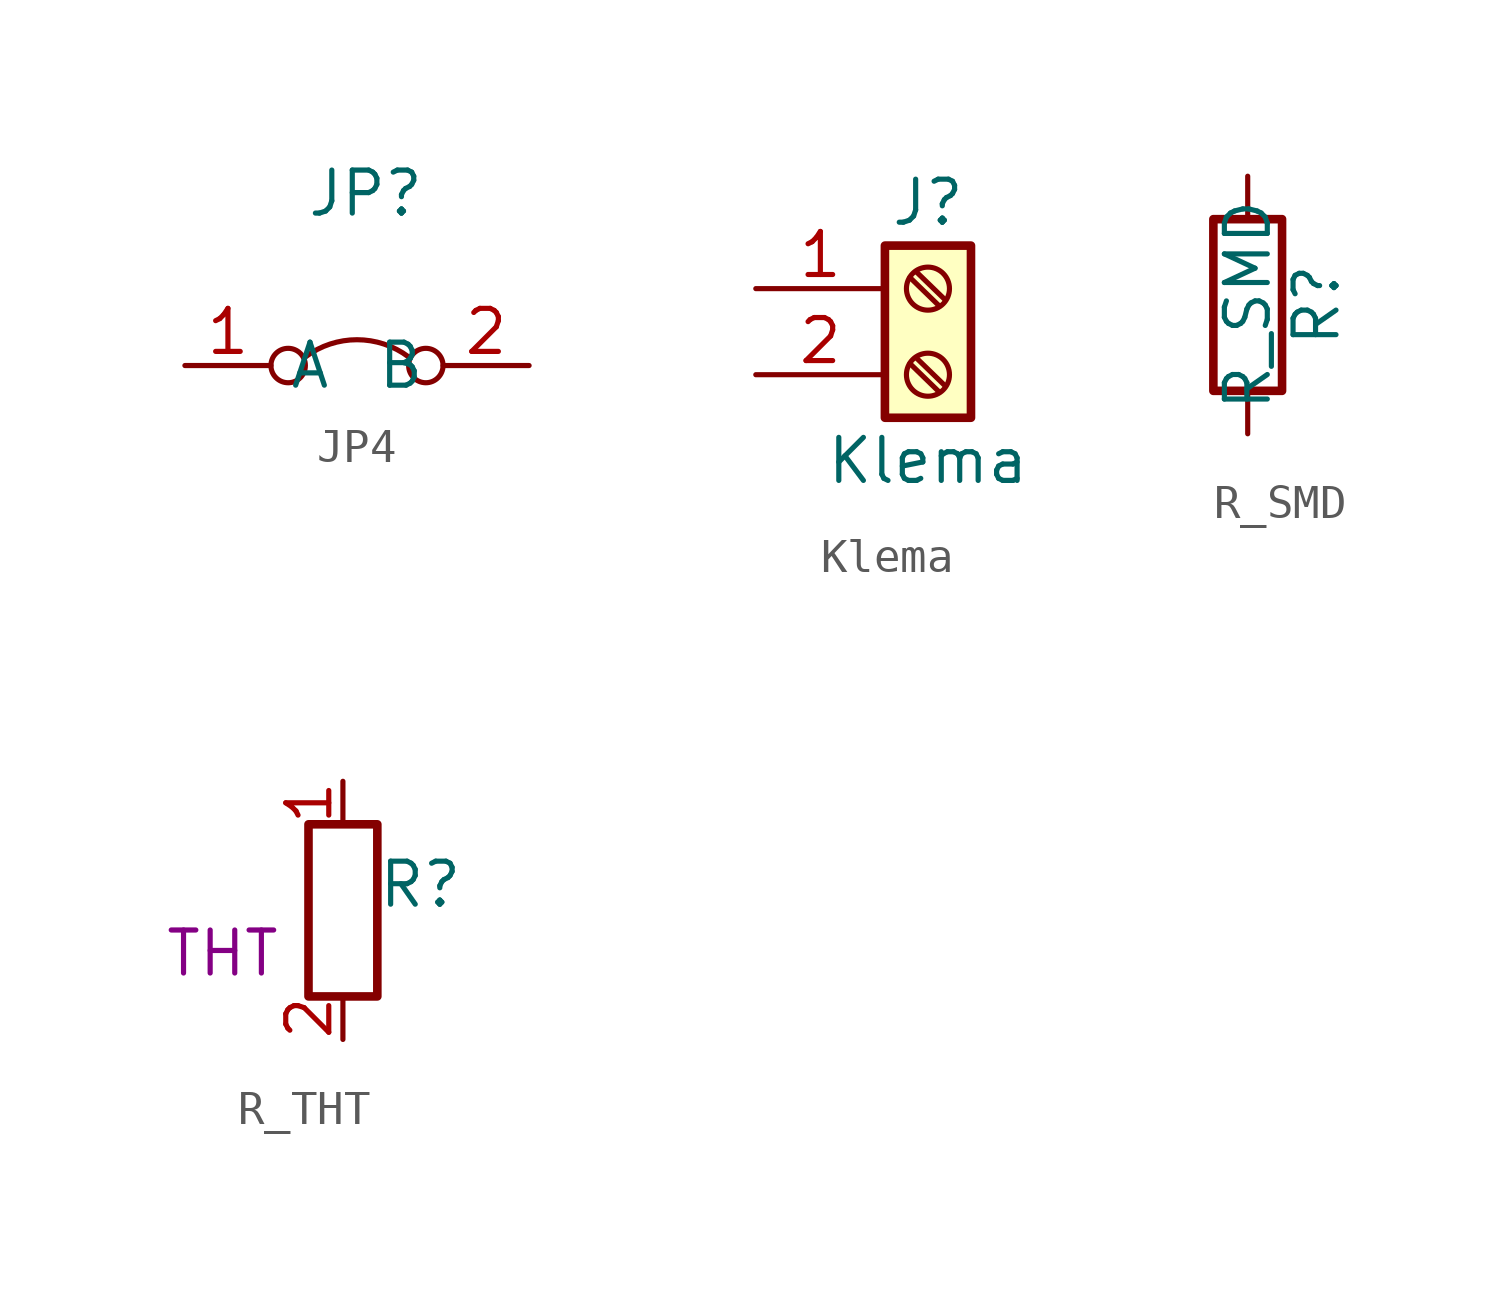
<source format=kicad_sym>
(kicad_symbol_lib
  (version 20231120)
  (generator "kicad_symbol_editor")
  (generator_version "8.0")
  (symbol "JP4"
    (property "Reference" "JP"
      (at 0.254 5.08 0)
      (effects (font (size 1.27 1.27))))
    (property "Value" ""
      (at 0 0 0)
      (effects (font (size 1.27 1.27))))
    (symbol "JP4_0_0"
      (circle (center -2.032 0) (radius 0.508) (stroke (width 0) (type default)) (fill (type none)))
      (circle (center 2.032 0) (radius 0.508) (stroke (width 0) (type default)) (fill (type none))))
    (symbol "JP4_0_1"
      (arc (start 1.524 0.254) (mid 0 0.762) (end -1.524 0.254) (stroke (width 0) (type default)) (fill (type none))))
    (symbol "JP4_1_1"
      (pin passive line (at -5.08 0 0) (length 2.54) (name "A" (effects (font (size 1.27 1.27)))) (number "1" (effects (font (size 1.27 1.27)))))
      (pin passive line (at 5.08 0 180) (length 2.54) (name "B" (effects (font (size 1.27 1.27)))) (number "2" (effects (font (size 1.27 1.27)))))))
  (symbol "Klema"
    (pin_names
      (offset 1.016) hide)
    (property "Reference" "J"
      (at 0 2.54 0)
      (effects (font (size 1.27 1.27))))
    (property "Value" "Klema"
      (at 0 -5.08 0)
      (effects (font (size 1.27 1.27))))
    (symbol "Klema_1_1"
      (rectangle (start -1.27 1.27) (end 1.27 -3.81) (stroke (width 0.254) (type default)) (fill (type background)))
      (circle (center 0 -2.54) (radius 0.635) (stroke (width 0.152) (type default)) (fill (type none)))
      (polyline (pts (xy -0.533 -2.21) (xy 0.33 -3.048)) (stroke (width 0.152) (type default)) (fill (type none)))
      (polyline (pts (xy -0.533 0.33) (xy 0.33 -0.508)) (stroke (width 0.152) (type default)) (fill (type none)))
      (polyline (pts (xy -0.356 -2.032) (xy 0.508 -2.87)) (stroke (width 0.152) (type default)) (fill (type none)))
      (polyline (pts (xy -0.356 0.508) (xy 0.508 -0.33)) (stroke (width 0.152) (type default)) (fill (type none)))
      (circle (center 0 0) (radius 0.635) (stroke (width 0.152) (type default)) (fill (type none)))
      (pin passive line (at -5.08 0 0) (length 3.81) (name "Pin_1" (effects (font (size 1.27 1.27)))) (number "1" (effects (font (size 1.27 1.27)))))
      (pin passive line (at -5.08 -2.54 0) (length 3.81) (name "Pin_2" (effects (font (size 1.27 1.27)))) (number "2" (effects (font (size 1.27 1.27)))))))
  (symbol "R_SMD"
    (pin_numbers hide)
    (pin_names
      (offset 0))
    (property "Reference" "R"
      (at 2.032 0 90)
      (effects (font (size 1.27 1.27))))
    (property "Value" "R_SMD"
      (at 0 0 90)
      (effects (font (size 1.27 1.27))))
    (symbol "R_SMD_0_1"
      (rectangle (start -1.016 -2.54) (end 1.016 2.54) (stroke (width 0.254) (type default)) (fill (type none))))
    (symbol "R_SMD_1_1"
      (pin passive line (at 0 3.81 270) (length 1.27) (name "~" (effects (font (size 1.27 1.27)))) (number "1" (effects (font (size 1.27 1.27)))))
      (pin passive line (at 0 -3.81 90) (length 1.27) (name "~" (effects (font (size 1.27 1.27)))) (number "2" (effects (font (size 1.27 1.27)))))))
  (symbol "R_THT"
    (property "Reference" "R"
      (at 2.286 0.762 0)
      (effects (font (size 1.27 1.27))))
    (property "Value" ""
      (at 2.54 -1.524 0)
      (effects (font (size 1.27 1.27))))
    (property "Size" "THT"
      (at -3.556 -1.27 0)
      (effects (font (size 1.27 1.27))))
    (symbol "R_THT_0_1"
      (rectangle (start -1.016 2.54) (end 1.016 -2.54) (stroke (width 0.254) (type default)) (fill (type none))))
    (symbol "R_THT_1_1"
      (pin passive line (at 0 3.81 270) (length 1.27) (name "~" (effects (font (size 1.27 1.27)))) (number "1" (effects (font (size 1.27 1.27)))))
      (pin passive line (at 0 -3.81 90) (length 1.27) (name "~" (effects (font (size 1.27 1.27)))) (number "2" (effects (font (size 1.27 1.27))))))))
</source>
